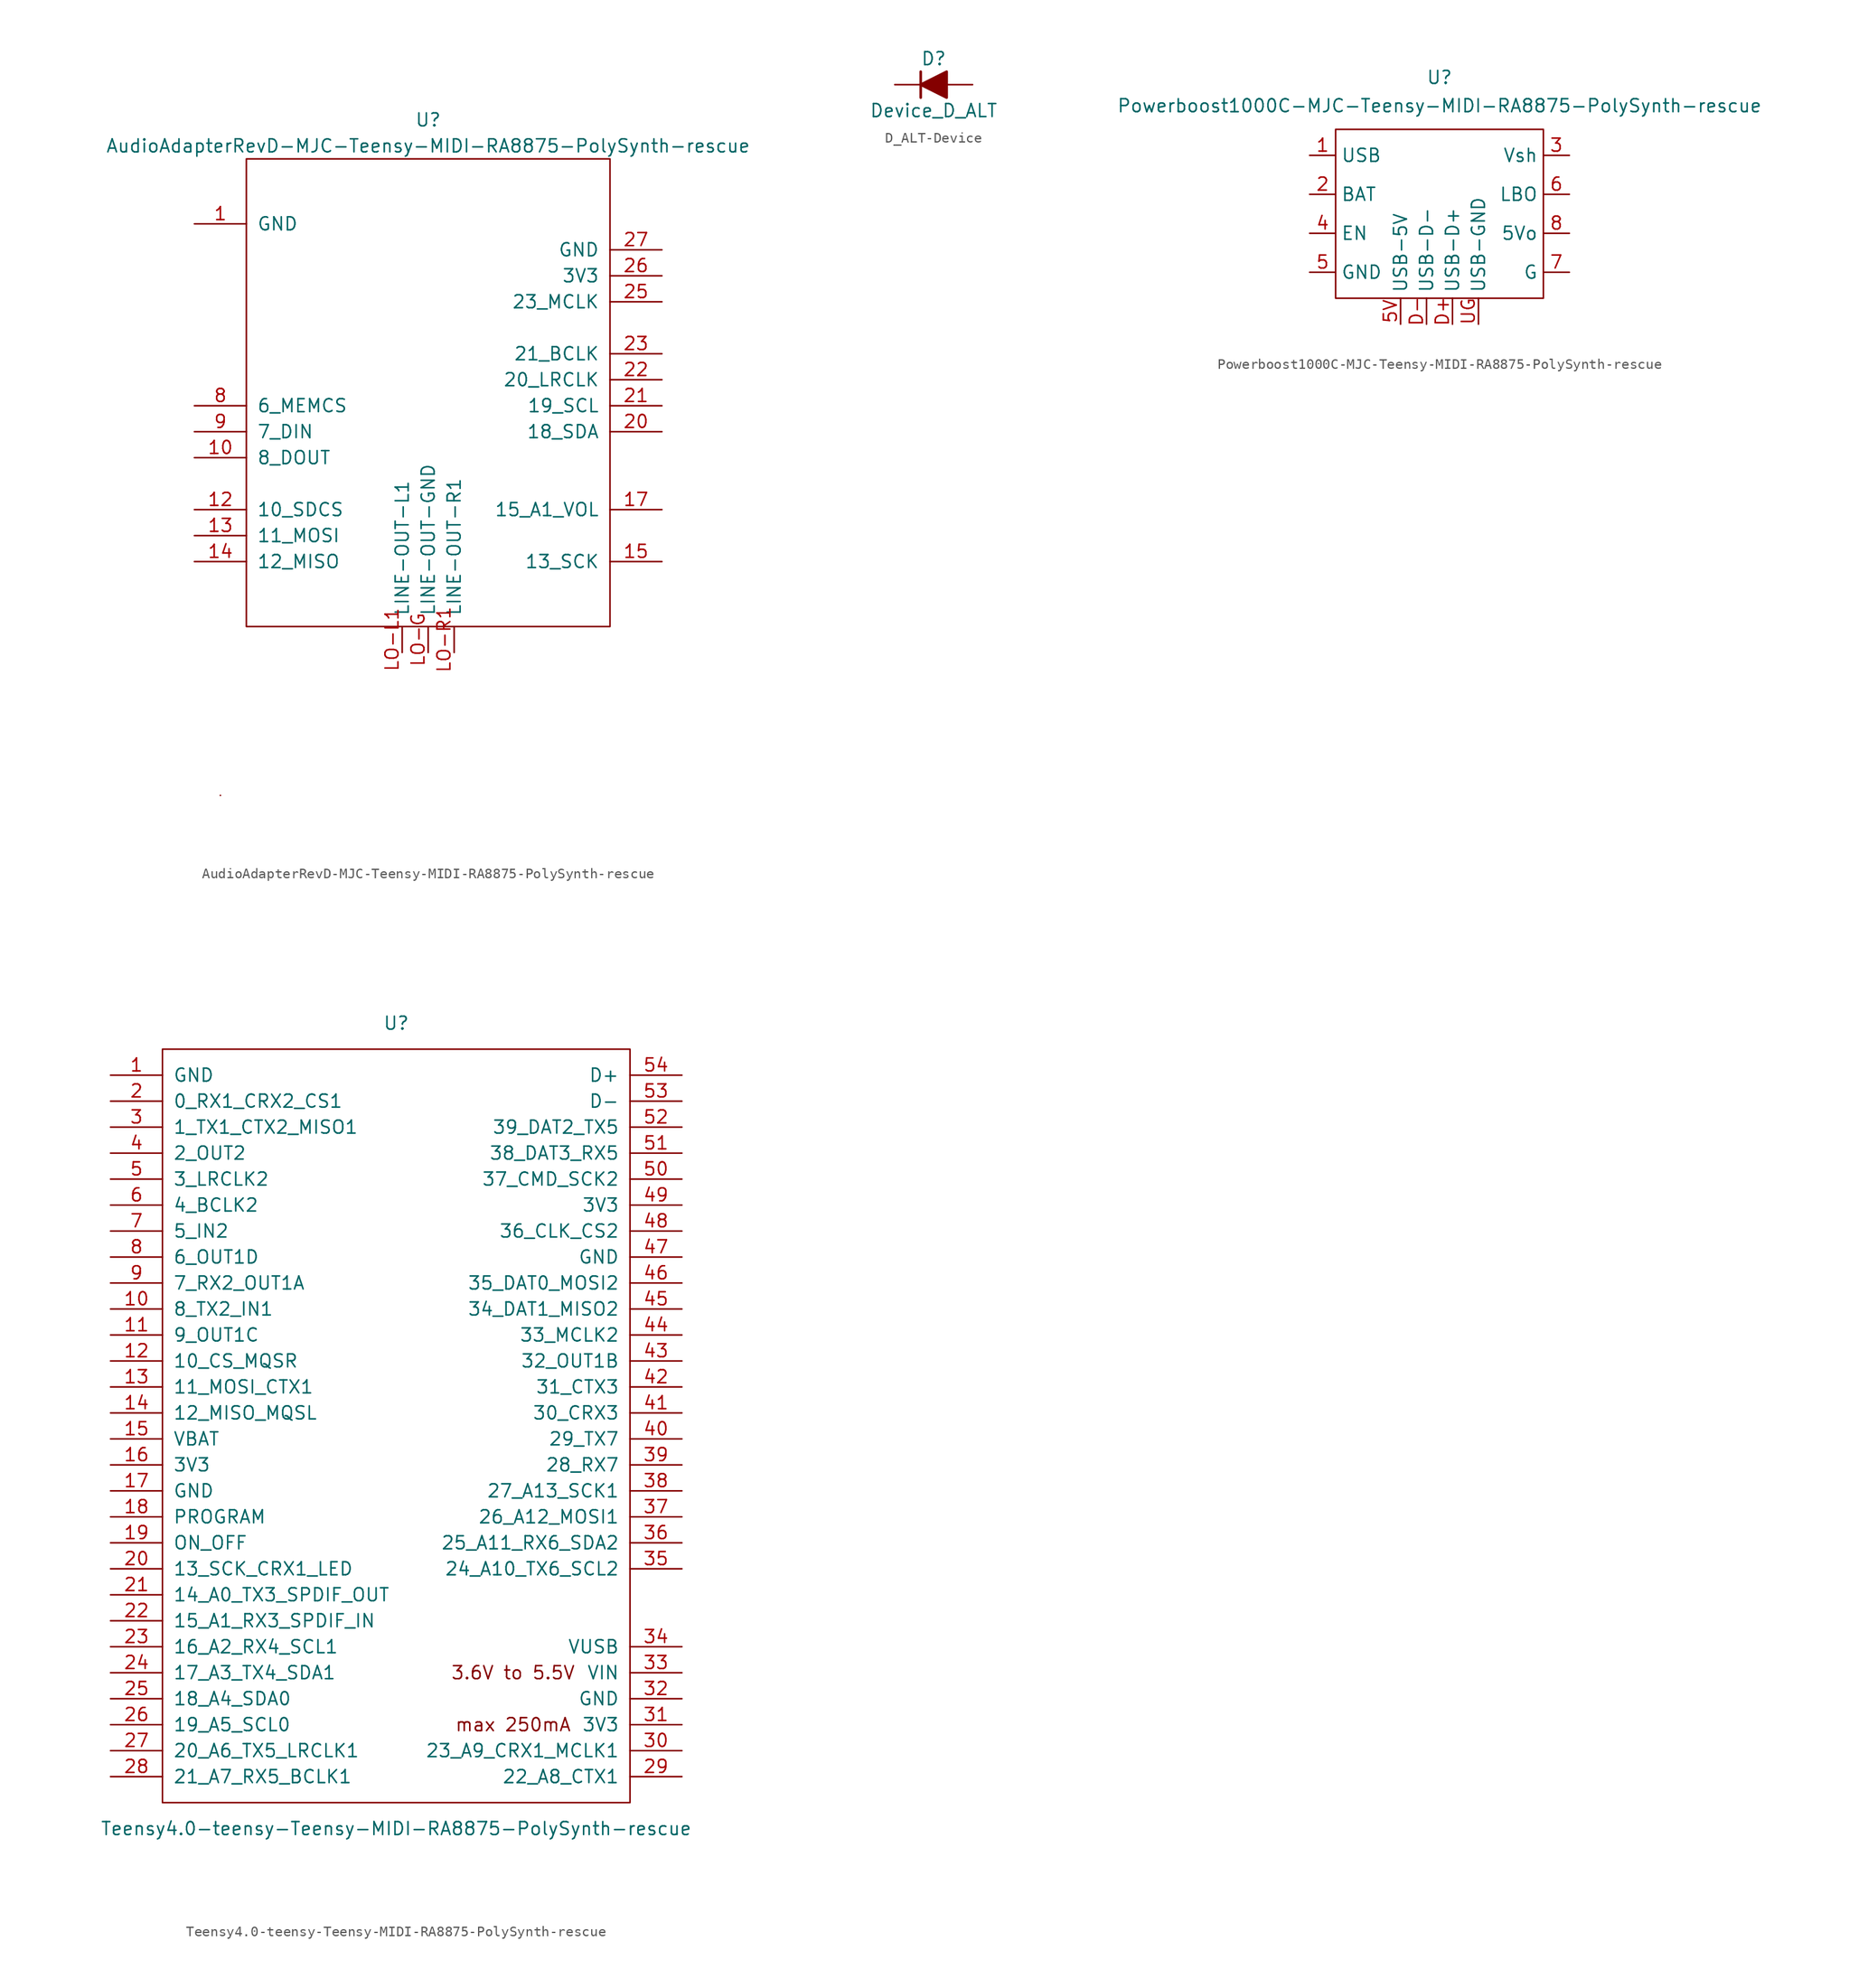
<source format=kicad_sym>
(kicad_symbol_lib
  (version 20220914)
  (generator kicad_symbol_editor)
  (symbol "AudioAdapterRevD-MJC-Teensy-MIDI-RA8875-PolySynth-rescue"
    (pin_names
      (offset 1.016))
    (property "Reference" "U"
      (at 0 64.77 0)
      (effects (font (size 1.27 1.27))))
    (property "Value" "AudioAdapterRevD-MJC-Teensy-MIDI-RA8875-PolySynth-rescue"
      (at 0 62.23 0)
      (effects (font (size 1.27 1.27))))
    (symbol "AudioAdapterRevD-MJC-Teensy-MIDI-RA8875-PolySynth-rescue_0_0"
      (pin bidirectional line (at -22.86 31.75 0) (length 5.08) (name "8_DOUT" (effects (font (size 1.27 1.27)))) (number "10" (effects (font (size 1.27 1.27)))))
      (pin bidirectional line (at -22.86 26.67 0) (length 5.08) (name "10_SDCS" (effects (font (size 1.27 1.27)))) (number "12" (effects (font (size 1.27 1.27)))))
      (pin bidirectional line (at -22.86 24.13 0) (length 5.08) (name "11_MOSI" (effects (font (size 1.27 1.27)))) (number "13" (effects (font (size 1.27 1.27)))))
      (pin bidirectional line (at -22.86 21.59 0) (length 5.08) (name "12_MISO" (effects (font (size 1.27 1.27)))) (number "14" (effects (font (size 1.27 1.27)))))
      (pin bidirectional line (at 22.86 21.59 180) (length 5.08) (name "13_SCK" (effects (font (size 1.27 1.27)))) (number "15" (effects (font (size 1.27 1.27)))))
      (pin bidirectional line (at 22.86 26.67 180) (length 5.08) (name "15_A1_VOL" (effects (font (size 1.27 1.27)))) (number "17" (effects (font (size 1.27 1.27)))))
      (pin bidirectional line (at 22.86 34.29 180) (length 5.08) (name "18_SDA" (effects (font (size 1.27 1.27)))) (number "20" (effects (font (size 1.27 1.27)))))
      (pin bidirectional line (at 22.86 36.83 180) (length 5.08) (name "19_SCL" (effects (font (size 1.27 1.27)))) (number "21" (effects (font (size 1.27 1.27)))))
      (pin bidirectional line (at 22.86 39.37 180) (length 5.08) (name "20_LRCLK" (effects (font (size 1.27 1.27)))) (number "22" (effects (font (size 1.27 1.27)))))
      (pin bidirectional line (at 22.86 41.91 180) (length 5.08) (name "21_BCLK" (effects (font (size 1.27 1.27)))) (number "23" (effects (font (size 1.27 1.27)))))
      (pin bidirectional line (at 22.86 46.99 180) (length 5.08) (name "23_MCLK" (effects (font (size 1.27 1.27)))) (number "25" (effects (font (size 1.27 1.27)))))
      (pin power_in line (at 22.86 49.53 180) (length 5.08) (name "3V3" (effects (font (size 1.27 1.27)))) (number "26" (effects (font (size 1.27 1.27)))))
      (pin power_in line (at 22.86 52.07 180) (length 5.08) (name "GND" (effects (font (size 1.27 1.27)))) (number "27" (effects (font (size 1.27 1.27)))))
      (pin bidirectional line (at -22.86 36.83 0) (length 5.08) (name "6_MEMCS" (effects (font (size 1.27 1.27)))) (number "8" (effects (font (size 1.27 1.27)))))
      (pin bidirectional line (at -22.86 34.29 0) (length 5.08) (name "7_DIN" (effects (font (size 1.27 1.27)))) (number "9" (effects (font (size 1.27 1.27))))))
    (symbol "AudioAdapterRevD-MJC-Teensy-MIDI-RA8875-PolySynth-rescue_0_1"
      (rectangle (start -20.32 -1.27) (end -20.32 -1.27) (stroke (width 0) (type solid)) (fill (type none)))
      (rectangle (start -17.78 60.96) (end 17.78 15.24) (stroke (width 0) (type solid)) (fill (type none))))
    (symbol "AudioAdapterRevD-MJC-Teensy-MIDI-RA8875-PolySynth-rescue_1_1"
      (pin power_in line (at -22.86 54.61 0) (length 5.08) (name "GND" (effects (font (size 1.27 1.27)))) (number "1" (effects (font (size 1.27 1.27)))))
      (pin output line (at 0 12.7 90) (length 2.54) (name "LINE-OUT-GND" (effects (font (size 1.27 1.27)))) (number "LO-G" (effects (font (size 1.27 1.27)))))
      (pin output line (at -2.54 12.7 90) (length 2.54) (name "LINE-OUT-L1" (effects (font (size 1.27 1.27)))) (number "LO-L1" (effects (font (size 1.27 1.27)))))
      (pin output line (at 2.54 12.7 90) (length 2.54) (name "LINE-OUT-R1" (effects (font (size 1.27 1.27)))) (number "LO-R1" (effects (font (size 1.27 1.27)))))))
  (symbol "D_ALT-Device"
    (pin_numbers hide)
    (pin_names
      (offset 1.016) hide)
    (property "Reference" "D"
      (at 0 2.54 0)
      (effects (font (size 1.27 1.27))))
    (property "Value" "Device_D_ALT"
      (at 0 -2.54 0)
      (effects (font (size 1.27 1.27))))
    (symbol "D_ALT-Device_0_1"
      (polyline (pts (xy -1.27 1.27) (xy -1.27 -1.27)) (stroke (width 0.254) (type solid)) (fill (type none)))
      (polyline (pts (xy 1.27 0) (xy -1.27 0)) (stroke (width 0) (type solid)) (fill (type none)))
      (polyline (pts (xy 1.27 1.27) (xy 1.27 -1.27) (xy -1.27 0) (xy 1.27 1.27)) (stroke (width 0.254) (type solid)) (fill (type outline))))
    (symbol "D_ALT-Device_1_1"
      (pin passive line (at -3.81 0 0) (length 2.54) (name "K" (effects (font (size 1.27 1.27)))) (number "1" (effects (font (size 1.27 1.27)))))
      (pin passive line (at 3.81 0 180) (length 2.54) (name "A" (effects (font (size 1.27 1.27)))) (number "2" (effects (font (size 1.27 1.27)))))))
  (symbol "Powerboost1000C-MJC-Teensy-MIDI-RA8875-PolySynth-rescue"
    (property "Reference" "U"
      (at 0 17.78 0)
      (effects (font (size 1.27 1.27))))
    (property "Value" "Powerboost1000C-MJC-Teensy-MIDI-RA8875-PolySynth-rescue"
      (at 0 15.011 0)
      (effects (font (size 1.27 1.27))))
    (symbol "Powerboost1000C-MJC-Teensy-MIDI-RA8875-PolySynth-rescue_0_1"
      (rectangle (start 10.16 12.7) (end -10.16 -3.81) (stroke (width 0) (type solid)) (fill (type none))))
    (symbol "Powerboost1000C-MJC-Teensy-MIDI-RA8875-PolySynth-rescue_1_1"
      (pin power_in line (at -12.7 10.16 0) (length 2.54) (name "USB" (effects (font (size 1.27 1.27)))) (number "1" (effects (font (size 1.27 1.27)))))
      (pin power_in line (at -12.7 6.35 0) (length 2.54) (name "BAT" (effects (font (size 1.27 1.27)))) (number "2" (effects (font (size 1.27 1.27)))))
      (pin passive line (at 12.7 10.16 180) (length 2.54) (name "Vsh" (effects (font (size 1.27 1.27)))) (number "3" (effects (font (size 1.27 1.27)))))
      (pin input line (at -12.7 2.54 0) (length 2.54) (name "EN" (effects (font (size 1.27 1.27)))) (number "4" (effects (font (size 1.27 1.27)))))
      (pin passive line (at -12.7 -1.27 0) (length 2.54) (name "GND" (effects (font (size 1.27 1.27)))) (number "5" (effects (font (size 1.27 1.27)))))
      (pin passive line (at -3.81 -6.35 90) (length 2.54) (name "USB-5V" (effects (font (size 1.27 1.27)))) (number "5V" (effects (font (size 1.27 1.27)))))
      (pin output line (at 12.7 6.35 180) (length 2.54) (name "LBO" (effects (font (size 1.27 1.27)))) (number "6" (effects (font (size 1.27 1.27)))))
      (pin passive line (at 12.7 -1.27 180) (length 2.54) (name "G" (effects (font (size 1.27 1.27)))) (number "7" (effects (font (size 1.27 1.27)))))
      (pin power_out line (at 12.7 2.54 180) (length 2.54) (name "5Vo" (effects (font (size 1.27 1.27)))) (number "8" (effects (font (size 1.27 1.27)))))
      (pin passive line (at 1.27 -6.35 90) (length 2.54) (name "USB-D+" (effects (font (size 1.27 1.27)))) (number "D+" (effects (font (size 1.27 1.27)))))
      (pin passive line (at -1.27 -6.35 90) (length 2.54) (name "USB-D-" (effects (font (size 1.27 1.27)))) (number "D-" (effects (font (size 1.27 1.27)))))
      (pin passive line (at 3.81 -6.35 90) (length 2.54) (name "USB-GND" (effects (font (size 1.27 1.27)))) (number "UG" (effects (font (size 1.27 1.27)))))))
  (symbol "Teensy4.0-teensy-Teensy-MIDI-RA8875-PolySynth-rescue"
    (pin_names
      (offset 1.016))
    (property "Reference" "U"
      (at 0 39.37 0)
      (effects (font (size 1.27 1.27))))
    (property "Value" "Teensy4.0-teensy-Teensy-MIDI-RA8875-PolySynth-rescue"
      (at 0 -39.37 0)
      (effects (font (size 1.27 1.27))))
    (symbol "Teensy4.0-teensy-Teensy-MIDI-RA8875-PolySynth-rescue_0_0"
      (text "3.6V to 5.5V" (at 11.43 -24.13 0) (effects (font (size 1.27 1.27))))
      (text "max 250mA" (at 11.43 -29.21 0) (effects (font (size 1.27 1.27))))
      (pin bidirectional line (at -27.94 11.43 0) (length 5.08) (name "8_TX2_IN1" (effects (font (size 1.27 1.27)))) (number "10" (effects (font (size 1.27 1.27)))))
      (pin bidirectional line (at -27.94 8.89 0) (length 5.08) (name "9_OUT1C" (effects (font (size 1.27 1.27)))) (number "11" (effects (font (size 1.27 1.27)))))
      (pin bidirectional line (at -27.94 6.35 0) (length 5.08) (name "10_CS_MQSR" (effects (font (size 1.27 1.27)))) (number "12" (effects (font (size 1.27 1.27)))))
      (pin bidirectional line (at -27.94 3.81 0) (length 5.08) (name "11_MOSI_CTX1" (effects (font (size 1.27 1.27)))) (number "13" (effects (font (size 1.27 1.27)))))
      (pin bidirectional line (at -27.94 1.27 0) (length 5.08) (name "12_MISO_MQSL" (effects (font (size 1.27 1.27)))) (number "14" (effects (font (size 1.27 1.27)))))
      (pin power_in line (at -27.94 -1.27 0) (length 5.08) (name "VBAT" (effects (font (size 1.27 1.27)))) (number "15" (effects (font (size 1.27 1.27)))))
      (pin power_in line (at -27.94 -3.81 0) (length 5.08) (name "3V3" (effects (font (size 1.27 1.27)))) (number "16" (effects (font (size 1.27 1.27)))))
      (pin power_in line (at -27.94 -6.35 0) (length 5.08) (name "GND" (effects (font (size 1.27 1.27)))) (number "17" (effects (font (size 1.27 1.27)))))
      (pin input line (at -27.94 -8.89 0) (length 5.08) (name "PROGRAM" (effects (font (size 1.27 1.27)))) (number "18" (effects (font (size 1.27 1.27)))))
      (pin input line (at -27.94 -11.43 0) (length 5.08) (name "ON_OFF" (effects (font (size 1.27 1.27)))) (number "19" (effects (font (size 1.27 1.27)))))
      (pin bidirectional line (at -27.94 -13.97 0) (length 5.08) (name "13_SCK_CRX1_LED" (effects (font (size 1.27 1.27)))) (number "20" (effects (font (size 1.27 1.27)))))
      (pin bidirectional line (at -27.94 -16.51 0) (length 5.08) (name "14_A0_TX3_SPDIF_OUT" (effects (font (size 1.27 1.27)))) (number "21" (effects (font (size 1.27 1.27)))))
      (pin bidirectional line (at -27.94 -19.05 0) (length 5.08) (name "15_A1_RX3_SPDIF_IN" (effects (font (size 1.27 1.27)))) (number "22" (effects (font (size 1.27 1.27)))))
      (pin bidirectional line (at -27.94 -21.59 0) (length 5.08) (name "16_A2_RX4_SCL1" (effects (font (size 1.27 1.27)))) (number "23" (effects (font (size 1.27 1.27)))))
      (pin bidirectional line (at -27.94 -24.13 0) (length 5.08) (name "17_A3_TX4_SDA1" (effects (font (size 1.27 1.27)))) (number "24" (effects (font (size 1.27 1.27)))))
      (pin bidirectional line (at -27.94 -26.67 0) (length 5.08) (name "18_A4_SDA0" (effects (font (size 1.27 1.27)))) (number "25" (effects (font (size 1.27 1.27)))))
      (pin bidirectional line (at -27.94 -29.21 0) (length 5.08) (name "19_A5_SCL0" (effects (font (size 1.27 1.27)))) (number "26" (effects (font (size 1.27 1.27)))))
      (pin bidirectional line (at -27.94 -31.75 0) (length 5.08) (name "20_A6_TX5_LRCLK1" (effects (font (size 1.27 1.27)))) (number "27" (effects (font (size 1.27 1.27)))))
      (pin bidirectional line (at -27.94 -34.29 0) (length 5.08) (name "21_A7_RX5_BCLK1" (effects (font (size 1.27 1.27)))) (number "28" (effects (font (size 1.27 1.27)))))
      (pin bidirectional line (at 27.94 -34.29 180) (length 5.08) (name "22_A8_CTX1" (effects (font (size 1.27 1.27)))) (number "29" (effects (font (size 1.27 1.27)))))
      (pin bidirectional line (at 27.94 -31.75 180) (length 5.08) (name "23_A9_CRX1_MCLK1" (effects (font (size 1.27 1.27)))) (number "30" (effects (font (size 1.27 1.27)))))
      (pin power_out line (at 27.94 -29.21 180) (length 5.08) (name "3V3" (effects (font (size 1.27 1.27)))) (number "31" (effects (font (size 1.27 1.27)))))
      (pin power_in line (at 27.94 -26.67 180) (length 5.08) (name "GND" (effects (font (size 1.27 1.27)))) (number "32" (effects (font (size 1.27 1.27)))))
      (pin power_in line (at 27.94 -24.13 180) (length 5.08) (name "VIN" (effects (font (size 1.27 1.27)))) (number "33" (effects (font (size 1.27 1.27)))))
      (pin power_out line (at 27.94 -21.59 180) (length 5.08) (name "VUSB" (effects (font (size 1.27 1.27)))) (number "34" (effects (font (size 1.27 1.27)))))
      (pin bidirectional line (at 27.94 -13.97 180) (length 5.08) (name "24_A10_TX6_SCL2" (effects (font (size 1.27 1.27)))) (number "35" (effects (font (size 1.27 1.27)))))
      (pin bidirectional line (at 27.94 -11.43 180) (length 5.08) (name "25_A11_RX6_SDA2" (effects (font (size 1.27 1.27)))) (number "36" (effects (font (size 1.27 1.27)))))
      (pin bidirectional line (at 27.94 -8.89 180) (length 5.08) (name "26_A12_MOSI1" (effects (font (size 1.27 1.27)))) (number "37" (effects (font (size 1.27 1.27)))))
      (pin bidirectional line (at 27.94 -6.35 180) (length 5.08) (name "27_A13_SCK1" (effects (font (size 1.27 1.27)))) (number "38" (effects (font (size 1.27 1.27)))))
      (pin bidirectional line (at 27.94 -3.81 180) (length 5.08) (name "28_RX7" (effects (font (size 1.27 1.27)))) (number "39" (effects (font (size 1.27 1.27)))))
      (pin bidirectional line (at 27.94 -1.27 180) (length 5.08) (name "29_TX7" (effects (font (size 1.27 1.27)))) (number "40" (effects (font (size 1.27 1.27)))))
      (pin bidirectional line (at 27.94 1.27 180) (length 5.08) (name "30_CRX3" (effects (font (size 1.27 1.27)))) (number "41" (effects (font (size 1.27 1.27)))))
      (pin bidirectional line (at 27.94 3.81 180) (length 5.08) (name "31_CTX3" (effects (font (size 1.27 1.27)))) (number "42" (effects (font (size 1.27 1.27)))))
      (pin bidirectional line (at 27.94 6.35 180) (length 5.08) (name "32_OUT1B" (effects (font (size 1.27 1.27)))) (number "43" (effects (font (size 1.27 1.27)))))
      (pin bidirectional line (at 27.94 8.89 180) (length 5.08) (name "33_MCLK2" (effects (font (size 1.27 1.27)))) (number "44" (effects (font (size 1.27 1.27)))))
      (pin bidirectional line (at 27.94 11.43 180) (length 5.08) (name "34_DAT1_MISO2" (effects (font (size 1.27 1.27)))) (number "45" (effects (font (size 1.27 1.27)))))
      (pin bidirectional line (at 27.94 13.97 180) (length 5.08) (name "35_DAT0_MOSI2" (effects (font (size 1.27 1.27)))) (number "46" (effects (font (size 1.27 1.27)))))
      (pin power_in line (at 27.94 16.51 180) (length 5.08) (name "GND" (effects (font (size 1.27 1.27)))) (number "47" (effects (font (size 1.27 1.27)))))
      (pin bidirectional line (at 27.94 19.05 180) (length 5.08) (name "36_CLK_CS2" (effects (font (size 1.27 1.27)))) (number "48" (effects (font (size 1.27 1.27)))))
      (pin power_out line (at 27.94 21.59 180) (length 5.08) (name "3V3" (effects (font (size 1.27 1.27)))) (number "49" (effects (font (size 1.27 1.27)))))
      (pin bidirectional line (at -27.94 24.13 0) (length 5.08) (name "3_LRCLK2" (effects (font (size 1.27 1.27)))) (number "5" (effects (font (size 1.27 1.27)))))
      (pin bidirectional line (at 27.94 24.13 180) (length 5.08) (name "37_CMD_SCK2" (effects (font (size 1.27 1.27)))) (number "50" (effects (font (size 1.27 1.27)))))
      (pin bidirectional line (at 27.94 26.67 180) (length 5.08) (name "38_DAT3_RX5" (effects (font (size 1.27 1.27)))) (number "51" (effects (font (size 1.27 1.27)))))
      (pin bidirectional line (at 27.94 29.21 180) (length 5.08) (name "39_DAT2_TX5" (effects (font (size 1.27 1.27)))) (number "52" (effects (font (size 1.27 1.27)))))
      (pin bidirectional line (at 27.94 31.75 180) (length 5.08) (name "D-" (effects (font (size 1.27 1.27)))) (number "53" (effects (font (size 1.27 1.27)))))
      (pin bidirectional line (at 27.94 34.29 180) (length 5.08) (name "D+" (effects (font (size 1.27 1.27)))) (number "54" (effects (font (size 1.27 1.27)))))
      (pin bidirectional line (at -27.94 21.59 0) (length 5.08) (name "4_BCLK2" (effects (font (size 1.27 1.27)))) (number "6" (effects (font (size 1.27 1.27)))))
      (pin bidirectional line (at -27.94 19.05 0) (length 5.08) (name "5_IN2" (effects (font (size 1.27 1.27)))) (number "7" (effects (font (size 1.27 1.27)))))
      (pin bidirectional line (at -27.94 16.51 0) (length 5.08) (name "6_OUT1D" (effects (font (size 1.27 1.27)))) (number "8" (effects (font (size 1.27 1.27)))))
      (pin bidirectional line (at -27.94 13.97 0) (length 5.08) (name "7_RX2_OUT1A" (effects (font (size 1.27 1.27)))) (number "9" (effects (font (size 1.27 1.27))))))
    (symbol "Teensy4.0-teensy-Teensy-MIDI-RA8875-PolySynth-rescue_0_1"
      (rectangle (start -22.86 36.83) (end 22.86 -36.83) (stroke (width 0) (type solid)) (fill (type none)))
      (rectangle (start -20.32 -31.75) (end -20.32 -31.75) (stroke (width 0) (type solid)) (fill (type none))))
    (symbol "Teensy4.0-teensy-Teensy-MIDI-RA8875-PolySynth-rescue_1_1"
      (pin power_in line (at -27.94 34.29 0) (length 5.08) (name "GND" (effects (font (size 1.27 1.27)))) (number "1" (effects (font (size 1.27 1.27)))))
      (pin bidirectional line (at -27.94 31.75 0) (length 5.08) (name "0_RX1_CRX2_CS1" (effects (font (size 1.27 1.27)))) (number "2" (effects (font (size 1.27 1.27)))))
      (pin bidirectional line (at -27.94 29.21 0) (length 5.08) (name "1_TX1_CTX2_MISO1" (effects (font (size 1.27 1.27)))) (number "3" (effects (font (size 1.27 1.27)))))
      (pin bidirectional line (at -27.94 26.67 0) (length 5.08) (name "2_OUT2" (effects (font (size 1.27 1.27)))) (number "4" (effects (font (size 1.27 1.27))))))))
</source>
